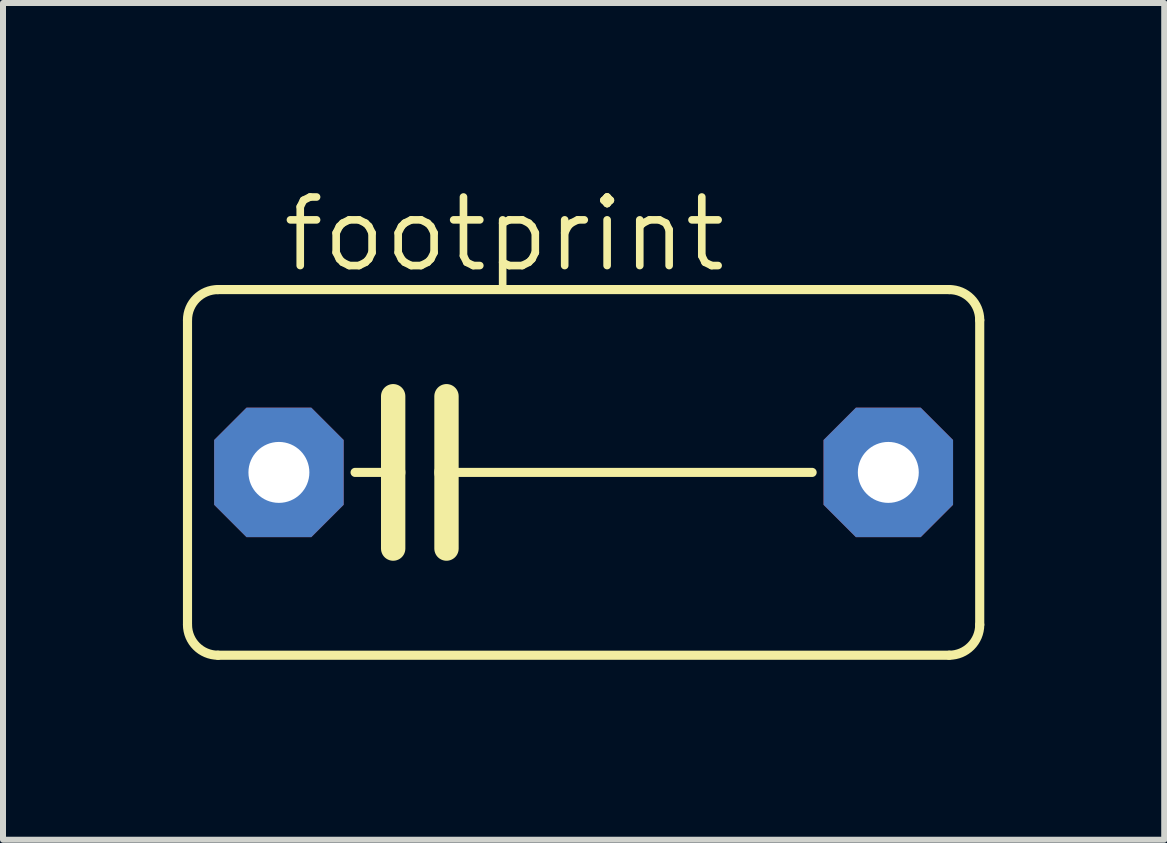
<source format=kicad_pcb>
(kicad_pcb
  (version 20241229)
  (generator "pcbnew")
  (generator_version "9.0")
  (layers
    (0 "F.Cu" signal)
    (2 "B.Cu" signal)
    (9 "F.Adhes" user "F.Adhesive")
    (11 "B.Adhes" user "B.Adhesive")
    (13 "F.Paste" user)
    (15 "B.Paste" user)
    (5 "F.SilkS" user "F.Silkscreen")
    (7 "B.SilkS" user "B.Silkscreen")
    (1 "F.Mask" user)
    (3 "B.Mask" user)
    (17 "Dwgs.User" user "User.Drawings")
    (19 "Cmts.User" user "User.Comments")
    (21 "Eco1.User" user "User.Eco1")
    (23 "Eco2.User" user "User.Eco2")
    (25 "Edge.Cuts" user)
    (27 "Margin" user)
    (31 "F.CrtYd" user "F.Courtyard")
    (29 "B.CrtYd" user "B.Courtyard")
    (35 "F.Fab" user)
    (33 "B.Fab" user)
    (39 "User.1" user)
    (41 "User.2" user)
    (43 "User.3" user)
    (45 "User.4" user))
  (footprint "footprint"
    (layer "F.Cu")
    (at 6.68 4.826)
    (property "Reference" "footprint" (at -5.08 -3.302 0) (layer "F.SilkS") (effects (font (size 1.143 1.143) (thickness 0.127)) (justify left bottom)))
    (fp_line (start -6.604 2.54) (end -6.604 -2.54) (stroke (width 0.152) (type solid)) (layer "F.SilkS"))
    (fp_line (start -6.096 -3.048) (end 6.096 -3.048) (stroke (width 0.152) (type solid)) (layer "F.SilkS"))
    (fp_line (start -3.81 0) (end -3.175 0) (stroke (width 0.152) (type solid)) (layer "F.SilkS"))
    (fp_line (start -3.175 -1.27) (end -3.175 0) (stroke (width 0.406) (type solid)) (layer "F.SilkS"))
    (fp_line (start -3.175 0) (end -3.175 1.27) (stroke (width 0.406) (type solid)) (layer "F.SilkS"))
    (fp_line (start -2.286 -1.27) (end -2.286 0) (stroke (width 0.406) (type solid)) (layer "F.SilkS"))
    (fp_line (start -2.286 0) (end -2.286 1.27) (stroke (width 0.406) (type solid)) (layer "F.SilkS"))
    (fp_line (start 3.81 0) (end -2.286 0) (stroke (width 0.152) (type solid)) (layer "F.SilkS"))
    (fp_line (start 6.096 3.048) (end -6.096 3.048) (stroke (width 0.152) (type solid)) (layer "F.SilkS"))
    (fp_line (start 6.604 -2.54) (end 6.604 2.54) (stroke (width 0.152) (type solid)) (layer "F.SilkS"))
    (fp_arc (start -6.604 -2.54) (mid -6.45521 -2.89921) (end -6.096 -3.048) (stroke (width 0.1524) (type solid)) (layer "F.SilkS"))
    (fp_arc (start -6.096 3.048) (mid -6.45521 2.89921) (end -6.604 2.54) (stroke (width 0.1524) (type solid)) (layer "F.SilkS"))
    (fp_arc (start 6.096 -3.048) (mid 6.45521 -2.89921) (end 6.604 -2.54) (stroke (width 0.1524) (type solid)) (layer "F.SilkS"))
    (fp_arc (start 6.604 2.54) (mid 6.45521 2.89921) (end 6.096 3.048) (stroke (width 0.1524) (type solid)) (layer "F.SilkS"))
    (pad "1" thru_hole roundrect (at -5.08 0) (size 2.159 2.159) (drill 1.016) (layers "*.Cu" "*.Mask") (roundrect_rratio 0.25) (chamfer_ratio 0.25) (chamfer top_left top_right bottom_left bottom_right))
    (pad "2" thru_hole roundrect (at 5.08 0) (size 2.159 2.159) (drill 1.016) (layers "*.Cu" "*.Mask") (roundrect_rratio 0.25) (chamfer_ratio 0.25) (chamfer top_left top_right bottom_left bottom_right)))
  (gr_rect
    (start -3 -3)
    (end 16.36 10.95)
    (stroke (width 0.1) (type default))
    (fill no)
    (layer "Edge.Cuts")))
</source>
